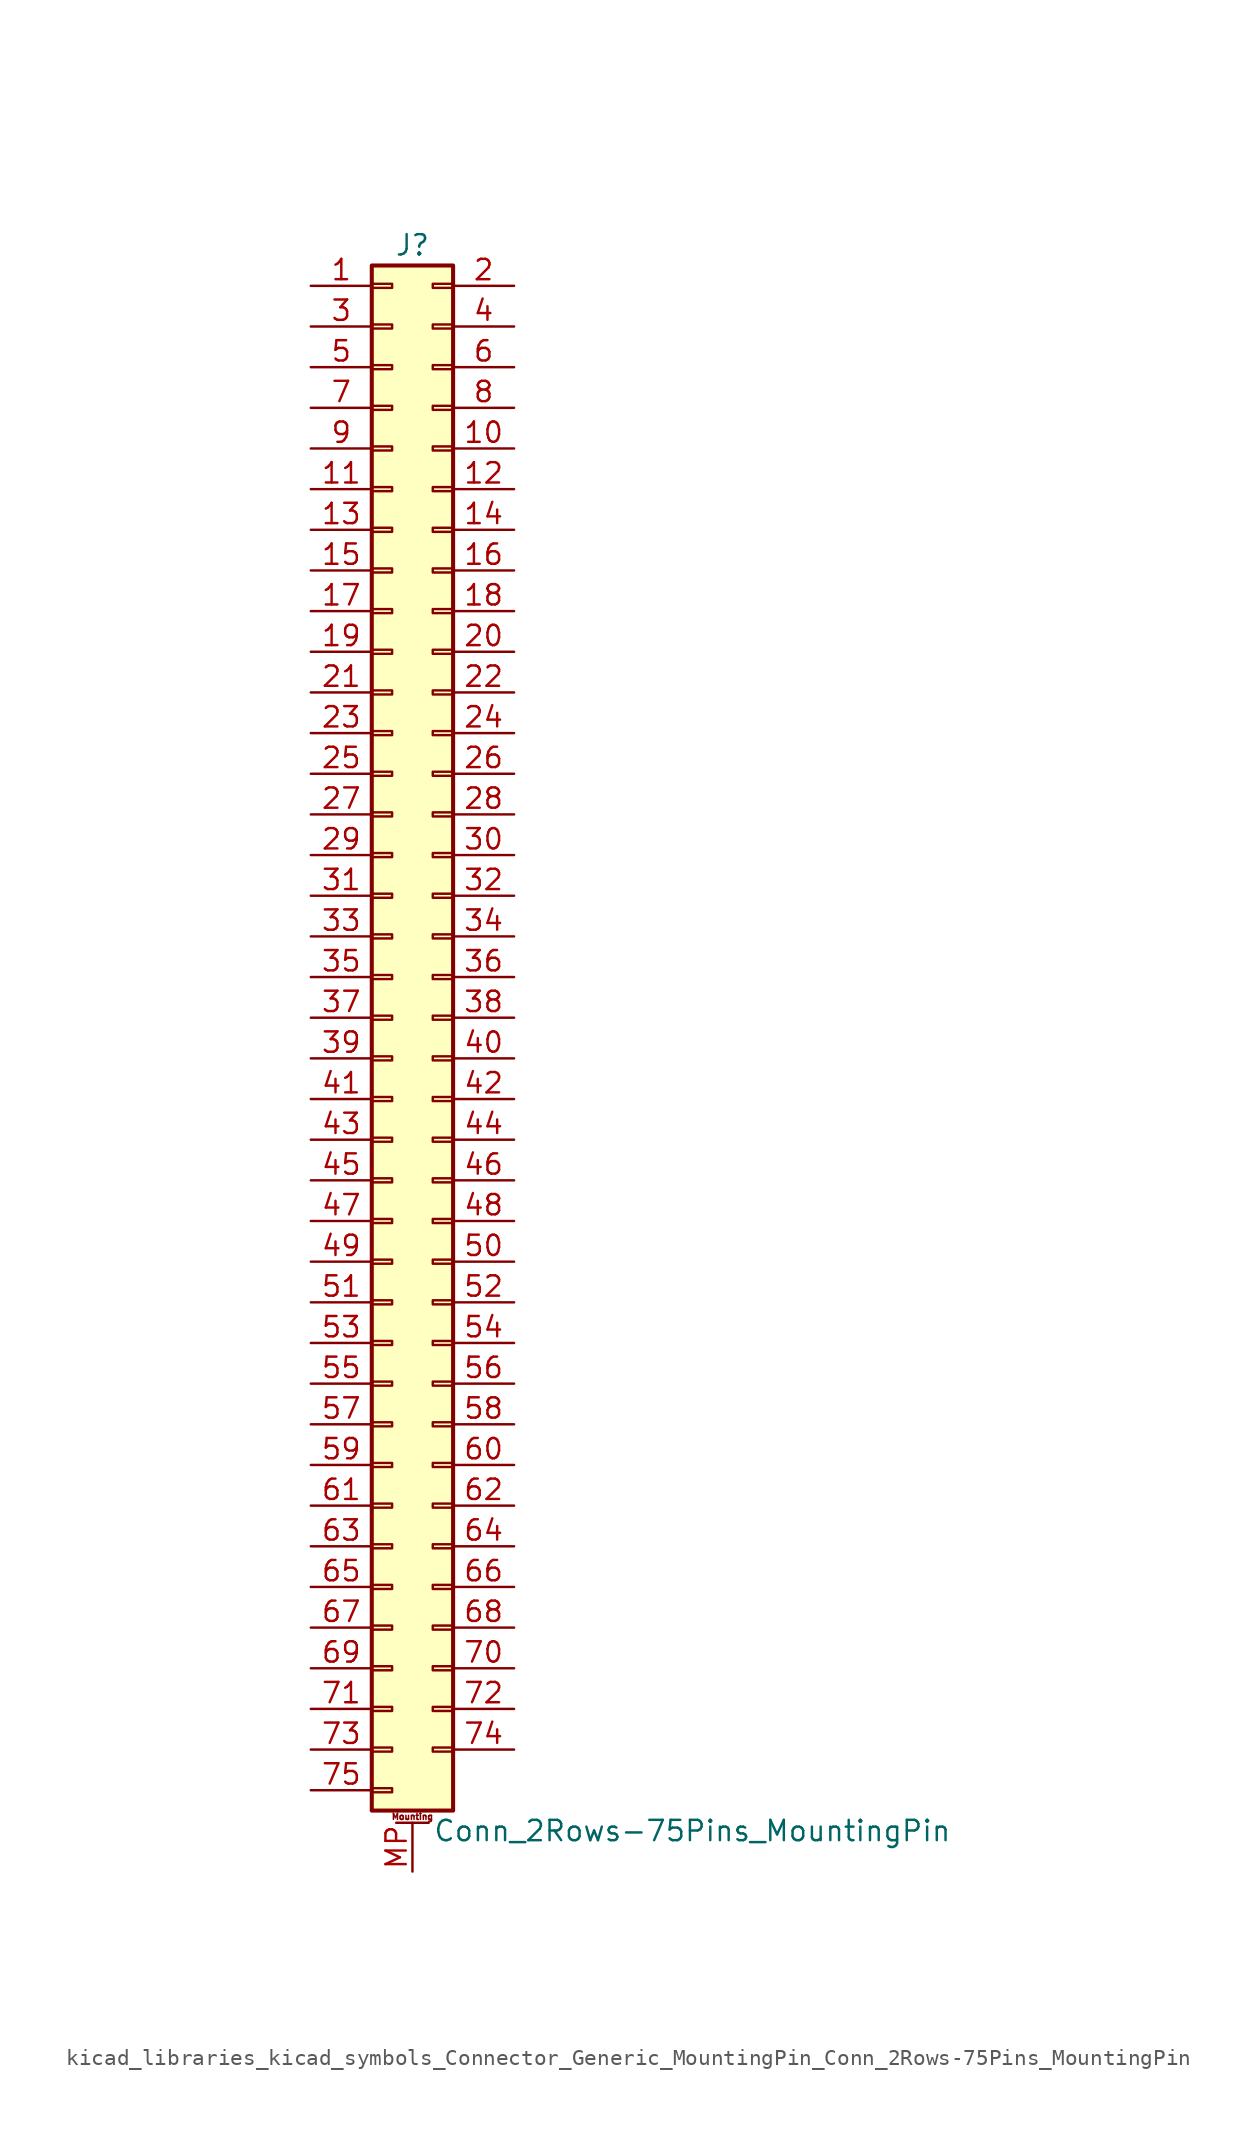
<source format=kicad_sym>
(kicad_symbol_lib
  (version 20220914)
  (generator kicad_symbol_editor)
  (symbol "kicad_libraries_kicad_symbols_Connector_Generic_MountingPin_Conn_2Rows-75Pins_MountingPin"
    (pin_names
      (offset 1.016) hide)
    (property "Reference" "J"
      (at 1.27 48.26 0)
      (effects (font (size 1.27 1.27))))
    (property "Value" "Conn_2Rows-75Pins_MountingPin"
      (at 2.54 -50.8 0)
      (effects (font (size 1.27 1.27)) (justify left)))
    (symbol "kicad_libraries_kicad_symbols_Connector_Generic_MountingPin_Conn_2Rows-75Pins_MountingPin_1_1"
      (rectangle (start -1.27 -48.133) (end 0 -48.387) (stroke (width 0.152) (type default)) (fill (type none)))
      (rectangle (start -1.27 -45.593) (end 0 -45.847) (stroke (width 0.152) (type default)) (fill (type none)))
      (rectangle (start -1.27 -43.053) (end 0 -43.307) (stroke (width 0.152) (type default)) (fill (type none)))
      (rectangle (start -1.27 -40.513) (end 0 -40.767) (stroke (width 0.152) (type default)) (fill (type none)))
      (rectangle (start -1.27 -37.973) (end 0 -38.227) (stroke (width 0.152) (type default)) (fill (type none)))
      (rectangle (start -1.27 -35.433) (end 0 -35.687) (stroke (width 0.152) (type default)) (fill (type none)))
      (rectangle (start -1.27 -32.893) (end 0 -33.147) (stroke (width 0.152) (type default)) (fill (type none)))
      (rectangle (start -1.27 -30.353) (end 0 -30.607) (stroke (width 0.152) (type default)) (fill (type none)))
      (rectangle (start -1.27 -27.813) (end 0 -28.067) (stroke (width 0.152) (type default)) (fill (type none)))
      (rectangle (start -1.27 -25.273) (end 0 -25.527) (stroke (width 0.152) (type default)) (fill (type none)))
      (rectangle (start -1.27 -22.733) (end 0 -22.987) (stroke (width 0.152) (type default)) (fill (type none)))
      (rectangle (start -1.27 -20.193) (end 0 -20.447) (stroke (width 0.152) (type default)) (fill (type none)))
      (rectangle (start -1.27 -17.653) (end 0 -17.907) (stroke (width 0.152) (type default)) (fill (type none)))
      (rectangle (start -1.27 -15.113) (end 0 -15.367) (stroke (width 0.152) (type default)) (fill (type none)))
      (rectangle (start -1.27 -12.573) (end 0 -12.827) (stroke (width 0.152) (type default)) (fill (type none)))
      (rectangle (start -1.27 -10.033) (end 0 -10.287) (stroke (width 0.152) (type default)) (fill (type none)))
      (rectangle (start -1.27 -7.493) (end 0 -7.747) (stroke (width 0.152) (type default)) (fill (type none)))
      (rectangle (start -1.27 -4.953) (end 0 -5.207) (stroke (width 0.152) (type default)) (fill (type none)))
      (rectangle (start -1.27 -2.413) (end 0 -2.667) (stroke (width 0.152) (type default)) (fill (type none)))
      (rectangle (start -1.27 0.127) (end 0 -0.127) (stroke (width 0.152) (type default)) (fill (type none)))
      (rectangle (start -1.27 2.667) (end 0 2.413) (stroke (width 0.152) (type default)) (fill (type none)))
      (rectangle (start -1.27 5.207) (end 0 4.953) (stroke (width 0.152) (type default)) (fill (type none)))
      (rectangle (start -1.27 7.747) (end 0 7.493) (stroke (width 0.152) (type default)) (fill (type none)))
      (rectangle (start -1.27 10.287) (end 0 10.033) (stroke (width 0.152) (type default)) (fill (type none)))
      (rectangle (start -1.27 12.827) (end 0 12.573) (stroke (width 0.152) (type default)) (fill (type none)))
      (rectangle (start -1.27 15.367) (end 0 15.113) (stroke (width 0.152) (type default)) (fill (type none)))
      (rectangle (start -1.27 17.907) (end 0 17.653) (stroke (width 0.152) (type default)) (fill (type none)))
      (rectangle (start -1.27 20.447) (end 0 20.193) (stroke (width 0.152) (type default)) (fill (type none)))
      (rectangle (start -1.27 22.987) (end 0 22.733) (stroke (width 0.152) (type default)) (fill (type none)))
      (rectangle (start -1.27 25.527) (end 0 25.273) (stroke (width 0.152) (type default)) (fill (type none)))
      (rectangle (start -1.27 28.067) (end 0 27.813) (stroke (width 0.152) (type default)) (fill (type none)))
      (rectangle (start -1.27 30.607) (end 0 30.353) (stroke (width 0.152) (type default)) (fill (type none)))
      (rectangle (start -1.27 33.147) (end 0 32.893) (stroke (width 0.152) (type default)) (fill (type none)))
      (rectangle (start -1.27 35.687) (end 0 35.433) (stroke (width 0.152) (type default)) (fill (type none)))
      (rectangle (start -1.27 38.227) (end 0 37.973) (stroke (width 0.152) (type default)) (fill (type none)))
      (rectangle (start -1.27 40.767) (end 0 40.513) (stroke (width 0.152) (type default)) (fill (type none)))
      (rectangle (start -1.27 43.307) (end 0 43.053) (stroke (width 0.152) (type default)) (fill (type none)))
      (rectangle (start -1.27 45.847) (end 0 45.593) (stroke (width 0.152) (type default)) (fill (type none)))
      (rectangle (start -1.27 46.99) (end 3.81 -49.53) (stroke (width 0.254) (type default)) (fill (type background)))
      (polyline (pts (xy 0.254 -50.292) (xy 2.286 -50.292)) (stroke (width 0.152) (type default)) (fill (type none)))
      (rectangle (start 3.81 -45.593) (end 2.54 -45.847) (stroke (width 0.152) (type default)) (fill (type none)))
      (rectangle (start 3.81 -43.053) (end 2.54 -43.307) (stroke (width 0.152) (type default)) (fill (type none)))
      (rectangle (start 3.81 -40.513) (end 2.54 -40.767) (stroke (width 0.152) (type default)) (fill (type none)))
      (rectangle (start 3.81 -37.973) (end 2.54 -38.227) (stroke (width 0.152) (type default)) (fill (type none)))
      (rectangle (start 3.81 -35.433) (end 2.54 -35.687) (stroke (width 0.152) (type default)) (fill (type none)))
      (rectangle (start 3.81 -32.893) (end 2.54 -33.147) (stroke (width 0.152) (type default)) (fill (type none)))
      (rectangle (start 3.81 -30.353) (end 2.54 -30.607) (stroke (width 0.152) (type default)) (fill (type none)))
      (rectangle (start 3.81 -27.813) (end 2.54 -28.067) (stroke (width 0.152) (type default)) (fill (type none)))
      (rectangle (start 3.81 -25.273) (end 2.54 -25.527) (stroke (width 0.152) (type default)) (fill (type none)))
      (rectangle (start 3.81 -22.733) (end 2.54 -22.987) (stroke (width 0.152) (type default)) (fill (type none)))
      (rectangle (start 3.81 -20.193) (end 2.54 -20.447) (stroke (width 0.152) (type default)) (fill (type none)))
      (rectangle (start 3.81 -17.653) (end 2.54 -17.907) (stroke (width 0.152) (type default)) (fill (type none)))
      (rectangle (start 3.81 -15.113) (end 2.54 -15.367) (stroke (width 0.152) (type default)) (fill (type none)))
      (rectangle (start 3.81 -12.573) (end 2.54 -12.827) (stroke (width 0.152) (type default)) (fill (type none)))
      (rectangle (start 3.81 -10.033) (end 2.54 -10.287) (stroke (width 0.152) (type default)) (fill (type none)))
      (rectangle (start 3.81 -7.493) (end 2.54 -7.747) (stroke (width 0.152) (type default)) (fill (type none)))
      (rectangle (start 3.81 -4.953) (end 2.54 -5.207) (stroke (width 0.152) (type default)) (fill (type none)))
      (rectangle (start 3.81 -2.413) (end 2.54 -2.667) (stroke (width 0.152) (type default)) (fill (type none)))
      (rectangle (start 3.81 0.127) (end 2.54 -0.127) (stroke (width 0.152) (type default)) (fill (type none)))
      (rectangle (start 3.81 2.667) (end 2.54 2.413) (stroke (width 0.152) (type default)) (fill (type none)))
      (rectangle (start 3.81 5.207) (end 2.54 4.953) (stroke (width 0.152) (type default)) (fill (type none)))
      (rectangle (start 3.81 7.747) (end 2.54 7.493) (stroke (width 0.152) (type default)) (fill (type none)))
      (rectangle (start 3.81 10.287) (end 2.54 10.033) (stroke (width 0.152) (type default)) (fill (type none)))
      (rectangle (start 3.81 12.827) (end 2.54 12.573) (stroke (width 0.152) (type default)) (fill (type none)))
      (rectangle (start 3.81 15.367) (end 2.54 15.113) (stroke (width 0.152) (type default)) (fill (type none)))
      (rectangle (start 3.81 17.907) (end 2.54 17.653) (stroke (width 0.152) (type default)) (fill (type none)))
      (rectangle (start 3.81 20.447) (end 2.54 20.193) (stroke (width 0.152) (type default)) (fill (type none)))
      (rectangle (start 3.81 22.987) (end 2.54 22.733) (stroke (width 0.152) (type default)) (fill (type none)))
      (rectangle (start 3.81 25.527) (end 2.54 25.273) (stroke (width 0.152) (type default)) (fill (type none)))
      (rectangle (start 3.81 28.067) (end 2.54 27.813) (stroke (width 0.152) (type default)) (fill (type none)))
      (rectangle (start 3.81 30.607) (end 2.54 30.353) (stroke (width 0.152) (type default)) (fill (type none)))
      (rectangle (start 3.81 33.147) (end 2.54 32.893) (stroke (width 0.152) (type default)) (fill (type none)))
      (rectangle (start 3.81 35.687) (end 2.54 35.433) (stroke (width 0.152) (type default)) (fill (type none)))
      (rectangle (start 3.81 38.227) (end 2.54 37.973) (stroke (width 0.152) (type default)) (fill (type none)))
      (rectangle (start 3.81 40.767) (end 2.54 40.513) (stroke (width 0.152) (type default)) (fill (type none)))
      (rectangle (start 3.81 43.307) (end 2.54 43.053) (stroke (width 0.152) (type default)) (fill (type none)))
      (rectangle (start 3.81 45.847) (end 2.54 45.593) (stroke (width 0.152) (type default)) (fill (type none)))
      (text "Mounting" (at 1.27 -49.911 0) (effects (font (size 0.381 0.381))))
      (pin passive line (at -5.08 45.72 0) (length 3.81) (name "Pin_1" (effects (font (size 1.27 1.27)))) (number "1" (effects (font (size 1.27 1.27)))))
      (pin passive line (at 7.62 35.56 180) (length 3.81) (name "Pin_10" (effects (font (size 1.27 1.27)))) (number "10" (effects (font (size 1.27 1.27)))))
      (pin passive line (at -5.08 33.02 0) (length 3.81) (name "Pin_11" (effects (font (size 1.27 1.27)))) (number "11" (effects (font (size 1.27 1.27)))))
      (pin passive line (at 7.62 33.02 180) (length 3.81) (name "Pin_12" (effects (font (size 1.27 1.27)))) (number "12" (effects (font (size 1.27 1.27)))))
      (pin passive line (at -5.08 30.48 0) (length 3.81) (name "Pin_13" (effects (font (size 1.27 1.27)))) (number "13" (effects (font (size 1.27 1.27)))))
      (pin passive line (at 7.62 30.48 180) (length 3.81) (name "Pin_14" (effects (font (size 1.27 1.27)))) (number "14" (effects (font (size 1.27 1.27)))))
      (pin passive line (at -5.08 27.94 0) (length 3.81) (name "Pin_15" (effects (font (size 1.27 1.27)))) (number "15" (effects (font (size 1.27 1.27)))))
      (pin passive line (at 7.62 27.94 180) (length 3.81) (name "Pin_16" (effects (font (size 1.27 1.27)))) (number "16" (effects (font (size 1.27 1.27)))))
      (pin passive line (at -5.08 25.4 0) (length 3.81) (name "Pin_17" (effects (font (size 1.27 1.27)))) (number "17" (effects (font (size 1.27 1.27)))))
      (pin passive line (at 7.62 25.4 180) (length 3.81) (name "Pin_18" (effects (font (size 1.27 1.27)))) (number "18" (effects (font (size 1.27 1.27)))))
      (pin passive line (at -5.08 22.86 0) (length 3.81) (name "Pin_19" (effects (font (size 1.27 1.27)))) (number "19" (effects (font (size 1.27 1.27)))))
      (pin passive line (at 7.62 45.72 180) (length 3.81) (name "Pin_2" (effects (font (size 1.27 1.27)))) (number "2" (effects (font (size 1.27 1.27)))))
      (pin passive line (at 7.62 22.86 180) (length 3.81) (name "Pin_20" (effects (font (size 1.27 1.27)))) (number "20" (effects (font (size 1.27 1.27)))))
      (pin passive line (at -5.08 20.32 0) (length 3.81) (name "Pin_21" (effects (font (size 1.27 1.27)))) (number "21" (effects (font (size 1.27 1.27)))))
      (pin passive line (at 7.62 20.32 180) (length 3.81) (name "Pin_22" (effects (font (size 1.27 1.27)))) (number "22" (effects (font (size 1.27 1.27)))))
      (pin passive line (at -5.08 17.78 0) (length 3.81) (name "Pin_23" (effects (font (size 1.27 1.27)))) (number "23" (effects (font (size 1.27 1.27)))))
      (pin passive line (at 7.62 17.78 180) (length 3.81) (name "Pin_24" (effects (font (size 1.27 1.27)))) (number "24" (effects (font (size 1.27 1.27)))))
      (pin passive line (at -5.08 15.24 0) (length 3.81) (name "Pin_25" (effects (font (size 1.27 1.27)))) (number "25" (effects (font (size 1.27 1.27)))))
      (pin passive line (at 7.62 15.24 180) (length 3.81) (name "Pin_26" (effects (font (size 1.27 1.27)))) (number "26" (effects (font (size 1.27 1.27)))))
      (pin passive line (at -5.08 12.7 0) (length 3.81) (name "Pin_27" (effects (font (size 1.27 1.27)))) (number "27" (effects (font (size 1.27 1.27)))))
      (pin passive line (at 7.62 12.7 180) (length 3.81) (name "Pin_28" (effects (font (size 1.27 1.27)))) (number "28" (effects (font (size 1.27 1.27)))))
      (pin passive line (at -5.08 10.16 0) (length 3.81) (name "Pin_29" (effects (font (size 1.27 1.27)))) (number "29" (effects (font (size 1.27 1.27)))))
      (pin passive line (at -5.08 43.18 0) (length 3.81) (name "Pin_3" (effects (font (size 1.27 1.27)))) (number "3" (effects (font (size 1.27 1.27)))))
      (pin passive line (at 7.62 10.16 180) (length 3.81) (name "Pin_30" (effects (font (size 1.27 1.27)))) (number "30" (effects (font (size 1.27 1.27)))))
      (pin passive line (at -5.08 7.62 0) (length 3.81) (name "Pin_31" (effects (font (size 1.27 1.27)))) (number "31" (effects (font (size 1.27 1.27)))))
      (pin passive line (at 7.62 7.62 180) (length 3.81) (name "Pin_32" (effects (font (size 1.27 1.27)))) (number "32" (effects (font (size 1.27 1.27)))))
      (pin passive line (at -5.08 5.08 0) (length 3.81) (name "Pin_33" (effects (font (size 1.27 1.27)))) (number "33" (effects (font (size 1.27 1.27)))))
      (pin passive line (at 7.62 5.08 180) (length 3.81) (name "Pin_34" (effects (font (size 1.27 1.27)))) (number "34" (effects (font (size 1.27 1.27)))))
      (pin passive line (at -5.08 2.54 0) (length 3.81) (name "Pin_35" (effects (font (size 1.27 1.27)))) (number "35" (effects (font (size 1.27 1.27)))))
      (pin passive line (at 7.62 2.54 180) (length 3.81) (name "Pin_36" (effects (font (size 1.27 1.27)))) (number "36" (effects (font (size 1.27 1.27)))))
      (pin passive line (at -5.08 0 0) (length 3.81) (name "Pin_37" (effects (font (size 1.27 1.27)))) (number "37" (effects (font (size 1.27 1.27)))))
      (pin passive line (at 7.62 0 180) (length 3.81) (name "Pin_38" (effects (font (size 1.27 1.27)))) (number "38" (effects (font (size 1.27 1.27)))))
      (pin passive line (at -5.08 -2.54 0) (length 3.81) (name "Pin_39" (effects (font (size 1.27 1.27)))) (number "39" (effects (font (size 1.27 1.27)))))
      (pin passive line (at 7.62 43.18 180) (length 3.81) (name "Pin_4" (effects (font (size 1.27 1.27)))) (number "4" (effects (font (size 1.27 1.27)))))
      (pin passive line (at 7.62 -2.54 180) (length 3.81) (name "Pin_40" (effects (font (size 1.27 1.27)))) (number "40" (effects (font (size 1.27 1.27)))))
      (pin passive line (at -5.08 -5.08 0) (length 3.81) (name "Pin_41" (effects (font (size 1.27 1.27)))) (number "41" (effects (font (size 1.27 1.27)))))
      (pin passive line (at 7.62 -5.08 180) (length 3.81) (name "Pin_42" (effects (font (size 1.27 1.27)))) (number "42" (effects (font (size 1.27 1.27)))))
      (pin passive line (at -5.08 -7.62 0) (length 3.81) (name "Pin_43" (effects (font (size 1.27 1.27)))) (number "43" (effects (font (size 1.27 1.27)))))
      (pin passive line (at 7.62 -7.62 180) (length 3.81) (name "Pin_44" (effects (font (size 1.27 1.27)))) (number "44" (effects (font (size 1.27 1.27)))))
      (pin passive line (at -5.08 -10.16 0) (length 3.81) (name "Pin_45" (effects (font (size 1.27 1.27)))) (number "45" (effects (font (size 1.27 1.27)))))
      (pin passive line (at 7.62 -10.16 180) (length 3.81) (name "Pin_46" (effects (font (size 1.27 1.27)))) (number "46" (effects (font (size 1.27 1.27)))))
      (pin passive line (at -5.08 -12.7 0) (length 3.81) (name "Pin_47" (effects (font (size 1.27 1.27)))) (number "47" (effects (font (size 1.27 1.27)))))
      (pin passive line (at 7.62 -12.7 180) (length 3.81) (name "Pin_48" (effects (font (size 1.27 1.27)))) (number "48" (effects (font (size 1.27 1.27)))))
      (pin passive line (at -5.08 -15.24 0) (length 3.81) (name "Pin_49" (effects (font (size 1.27 1.27)))) (number "49" (effects (font (size 1.27 1.27)))))
      (pin passive line (at -5.08 40.64 0) (length 3.81) (name "Pin_5" (effects (font (size 1.27 1.27)))) (number "5" (effects (font (size 1.27 1.27)))))
      (pin passive line (at 7.62 -15.24 180) (length 3.81) (name "Pin_50" (effects (font (size 1.27 1.27)))) (number "50" (effects (font (size 1.27 1.27)))))
      (pin passive line (at -5.08 -17.78 0) (length 3.81) (name "Pin_51" (effects (font (size 1.27 1.27)))) (number "51" (effects (font (size 1.27 1.27)))))
      (pin passive line (at 7.62 -17.78 180) (length 3.81) (name "Pin_52" (effects (font (size 1.27 1.27)))) (number "52" (effects (font (size 1.27 1.27)))))
      (pin passive line (at -5.08 -20.32 0) (length 3.81) (name "Pin_53" (effects (font (size 1.27 1.27)))) (number "53" (effects (font (size 1.27 1.27)))))
      (pin passive line (at 7.62 -20.32 180) (length 3.81) (name "Pin_54" (effects (font (size 1.27 1.27)))) (number "54" (effects (font (size 1.27 1.27)))))
      (pin passive line (at -5.08 -22.86 0) (length 3.81) (name "Pin_55" (effects (font (size 1.27 1.27)))) (number "55" (effects (font (size 1.27 1.27)))))
      (pin passive line (at 7.62 -22.86 180) (length 3.81) (name "Pin_56" (effects (font (size 1.27 1.27)))) (number "56" (effects (font (size 1.27 1.27)))))
      (pin passive line (at -5.08 -25.4 0) (length 3.81) (name "Pin_57" (effects (font (size 1.27 1.27)))) (number "57" (effects (font (size 1.27 1.27)))))
      (pin passive line (at 7.62 -25.4 180) (length 3.81) (name "Pin_58" (effects (font (size 1.27 1.27)))) (number "58" (effects (font (size 1.27 1.27)))))
      (pin passive line (at -5.08 -27.94 0) (length 3.81) (name "Pin_59" (effects (font (size 1.27 1.27)))) (number "59" (effects (font (size 1.27 1.27)))))
      (pin passive line (at 7.62 40.64 180) (length 3.81) (name "Pin_6" (effects (font (size 1.27 1.27)))) (number "6" (effects (font (size 1.27 1.27)))))
      (pin passive line (at 7.62 -27.94 180) (length 3.81) (name "Pin_60" (effects (font (size 1.27 1.27)))) (number "60" (effects (font (size 1.27 1.27)))))
      (pin passive line (at -5.08 -30.48 0) (length 3.81) (name "Pin_61" (effects (font (size 1.27 1.27)))) (number "61" (effects (font (size 1.27 1.27)))))
      (pin passive line (at 7.62 -30.48 180) (length 3.81) (name "Pin_62" (effects (font (size 1.27 1.27)))) (number "62" (effects (font (size 1.27 1.27)))))
      (pin passive line (at -5.08 -33.02 0) (length 3.81) (name "Pin_63" (effects (font (size 1.27 1.27)))) (number "63" (effects (font (size 1.27 1.27)))))
      (pin passive line (at 7.62 -33.02 180) (length 3.81) (name "Pin_64" (effects (font (size 1.27 1.27)))) (number "64" (effects (font (size 1.27 1.27)))))
      (pin passive line (at -5.08 -35.56 0) (length 3.81) (name "Pin_65" (effects (font (size 1.27 1.27)))) (number "65" (effects (font (size 1.27 1.27)))))
      (pin passive line (at 7.62 -35.56 180) (length 3.81) (name "Pin_66" (effects (font (size 1.27 1.27)))) (number "66" (effects (font (size 1.27 1.27)))))
      (pin passive line (at -5.08 -38.1 0) (length 3.81) (name "Pin_67" (effects (font (size 1.27 1.27)))) (number "67" (effects (font (size 1.27 1.27)))))
      (pin passive line (at 7.62 -38.1 180) (length 3.81) (name "Pin_68" (effects (font (size 1.27 1.27)))) (number "68" (effects (font (size 1.27 1.27)))))
      (pin passive line (at -5.08 -40.64 0) (length 3.81) (name "Pin_69" (effects (font (size 1.27 1.27)))) (number "69" (effects (font (size 1.27 1.27)))))
      (pin passive line (at -5.08 38.1 0) (length 3.81) (name "Pin_7" (effects (font (size 1.27 1.27)))) (number "7" (effects (font (size 1.27 1.27)))))
      (pin passive line (at 7.62 -40.64 180) (length 3.81) (name "Pin_70" (effects (font (size 1.27 1.27)))) (number "70" (effects (font (size 1.27 1.27)))))
      (pin passive line (at -5.08 -43.18 0) (length 3.81) (name "Pin_71" (effects (font (size 1.27 1.27)))) (number "71" (effects (font (size 1.27 1.27)))))
      (pin passive line (at 7.62 -43.18 180) (length 3.81) (name "Pin_72" (effects (font (size 1.27 1.27)))) (number "72" (effects (font (size 1.27 1.27)))))
      (pin passive line (at -5.08 -45.72 0) (length 3.81) (name "Pin_73" (effects (font (size 1.27 1.27)))) (number "73" (effects (font (size 1.27 1.27)))))
      (pin passive line (at 7.62 -45.72 180) (length 3.81) (name "Pin_74" (effects (font (size 1.27 1.27)))) (number "74" (effects (font (size 1.27 1.27)))))
      (pin passive line (at -5.08 -48.26 0) (length 3.81) (name "Pin_75" (effects (font (size 1.27 1.27)))) (number "75" (effects (font (size 1.27 1.27)))))
      (pin passive line (at 7.62 38.1 180) (length 3.81) (name "Pin_8" (effects (font (size 1.27 1.27)))) (number "8" (effects (font (size 1.27 1.27)))))
      (pin passive line (at -5.08 35.56 0) (length 3.81) (name "Pin_9" (effects (font (size 1.27 1.27)))) (number "9" (effects (font (size 1.27 1.27)))))
      (pin passive line (at 1.27 -53.34 90) (length 3.048) (name "MountPin" (effects (font (size 1.27 1.27)))) (number "MP" (effects (font (size 1.27 1.27))))))))
</source>
